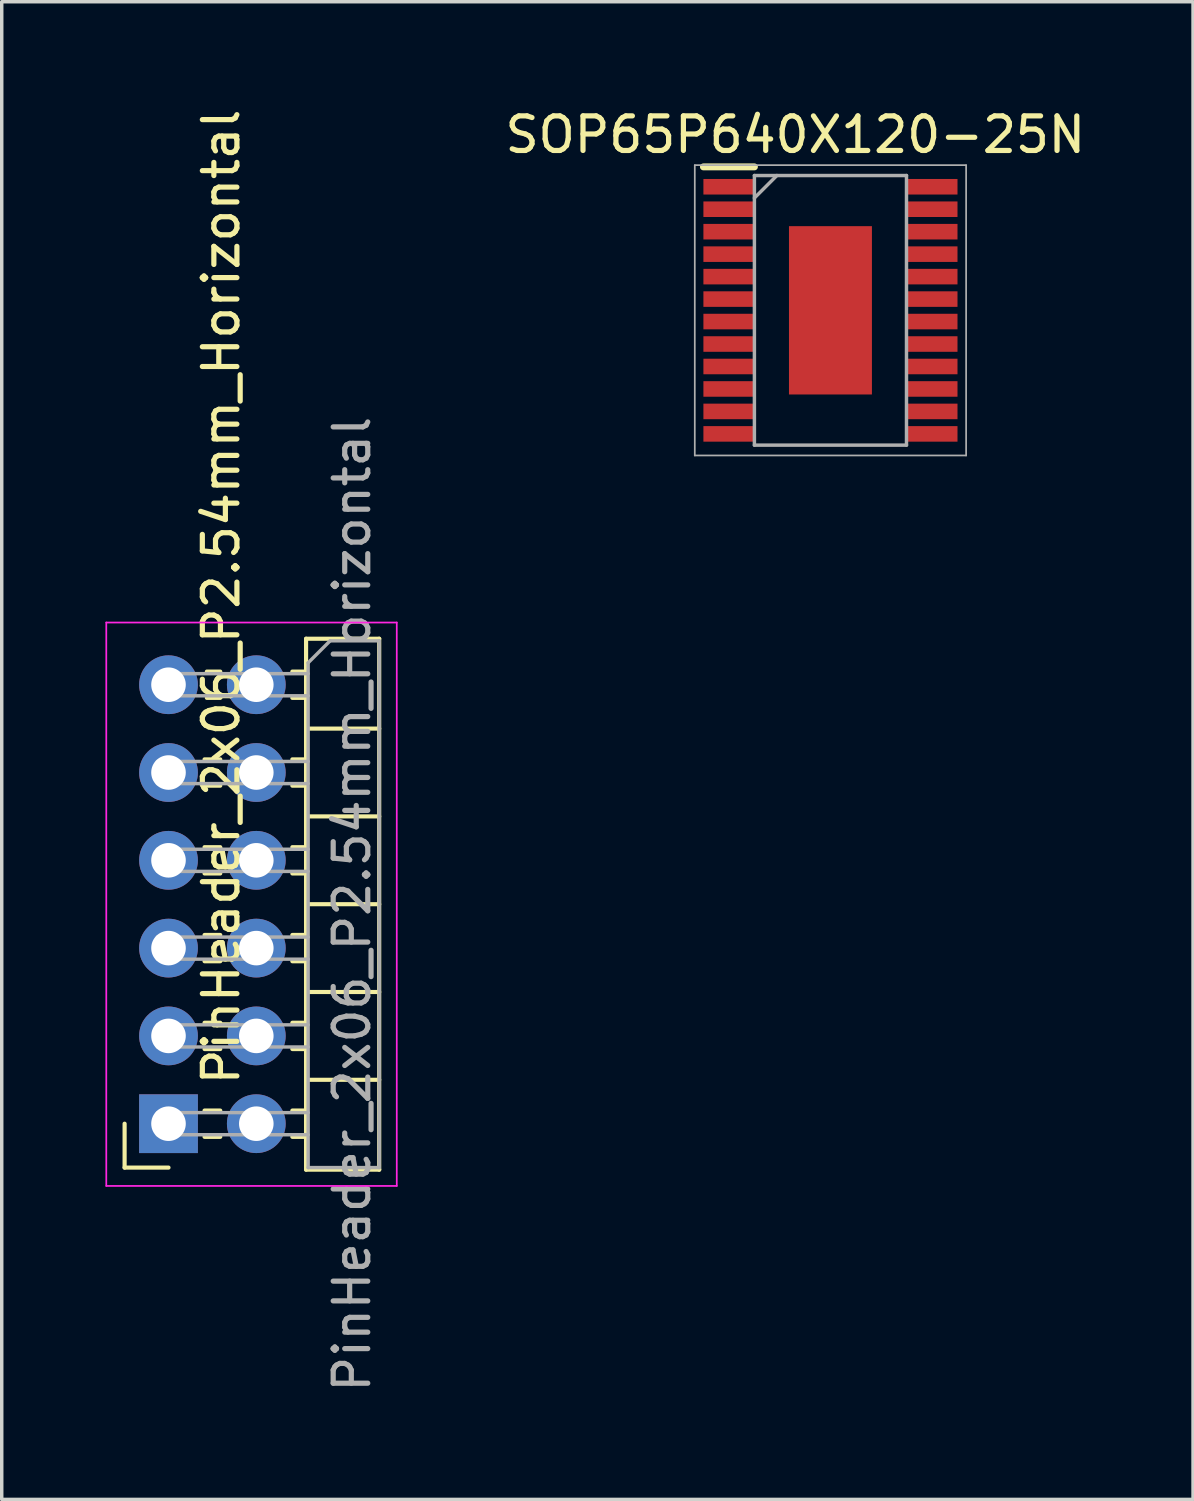
<source format=kicad_pcb>
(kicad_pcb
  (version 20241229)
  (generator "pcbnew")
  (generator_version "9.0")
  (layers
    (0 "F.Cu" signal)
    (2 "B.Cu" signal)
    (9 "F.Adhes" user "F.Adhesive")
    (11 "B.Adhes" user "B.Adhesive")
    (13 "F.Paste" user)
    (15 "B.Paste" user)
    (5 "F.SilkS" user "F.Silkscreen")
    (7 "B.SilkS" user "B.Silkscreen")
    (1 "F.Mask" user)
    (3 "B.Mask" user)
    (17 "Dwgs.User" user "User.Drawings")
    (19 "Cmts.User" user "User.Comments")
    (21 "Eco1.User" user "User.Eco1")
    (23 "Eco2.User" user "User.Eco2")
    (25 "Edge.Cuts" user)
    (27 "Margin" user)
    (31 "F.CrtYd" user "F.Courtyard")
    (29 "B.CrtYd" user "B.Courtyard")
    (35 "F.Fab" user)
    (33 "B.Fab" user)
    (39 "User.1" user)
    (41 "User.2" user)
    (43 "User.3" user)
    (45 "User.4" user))
  (footprint "SOP65P640X120-25N"
    (layer "F.Cu")
    (at 20.976 5.928)
    (property "Reference" "SOP65P640X120-25N" (at -1.016 -5.08 0) (layer "F.SilkS") (effects (font (size 1 1) (thickness 0.15))))
    (attr smd)
    (fp_line (start -3.675 -4.15) (end -2.2 -4.15) (stroke (width 0.2) (type solid)) (layer "F.SilkS"))
    (fp_line (start -3.925 -4.2) (end 3.925 -4.2) (stroke (width 0.05) (type solid)) (layer "F.Fab"))
    (fp_line (start -3.925 4.2) (end -3.925 -4.2) (stroke (width 0.05) (type solid)) (layer "F.Fab"))
    (fp_line (start -2.2 -3.9) (end 2.2 -3.9) (stroke (width 0.1) (type solid)) (layer "F.Fab"))
    (fp_line (start -2.2 -3.25) (end -1.55 -3.9) (stroke (width 0.1) (type solid)) (layer "F.Fab"))
    (fp_line (start -2.2 3.9) (end -2.2 -3.9) (stroke (width 0.1) (type solid)) (layer "F.Fab"))
    (fp_line (start 2.2 -3.9) (end 2.2 3.9) (stroke (width 0.1) (type solid)) (layer "F.Fab"))
    (fp_line (start 2.2 3.9) (end -2.2 3.9) (stroke (width 0.1) (type solid)) (layer "F.Fab"))
    (fp_line (start 3.925 -4.2) (end 3.925 4.2) (stroke (width 0.05) (type solid)) (layer "F.Fab"))
    (fp_line (start 3.925 4.2) (end -3.925 4.2) (stroke (width 0.05) (type solid)) (layer "F.Fab"))
    (pad "1" smd rect (at -2.938 -3.575) (size 1.475 0.45) (layers "F.Cu" "F.Mask" "F.Paste"))
    (pad "2" smd rect (at -2.938 -2.925) (size 1.475 0.45) (layers "F.Cu" "F.Mask" "F.Paste"))
    (pad "3" smd rect (at -2.938 -2.275) (size 1.475 0.45) (layers "F.Cu" "F.Mask" "F.Paste"))
    (pad "4" smd rect (at -2.938 -1.625) (size 1.475 0.45) (layers "F.Cu" "F.Mask" "F.Paste"))
    (pad "5" smd rect (at -2.938 -0.975) (size 1.475 0.45) (layers "F.Cu" "F.Mask" "F.Paste"))
    (pad "6" smd rect (at -2.938 -0.325) (size 1.475 0.45) (layers "F.Cu" "F.Mask" "F.Paste"))
    (pad "7" smd rect (at -2.938 0.325) (size 1.475 0.45) (layers "F.Cu" "F.Mask" "F.Paste"))
    (pad "8" smd rect (at -2.938 0.975) (size 1.475 0.45) (layers "F.Cu" "F.Mask" "F.Paste"))
    (pad "9" smd rect (at -2.938 1.625) (size 1.475 0.45) (layers "F.Cu" "F.Mask" "F.Paste"))
    (pad "10" smd rect (at -2.938 2.275) (size 1.475 0.45) (layers "F.Cu" "F.Mask" "F.Paste"))
    (pad "11" smd rect (at -2.938 2.925) (size 1.475 0.45) (layers "F.Cu" "F.Mask" "F.Paste"))
    (pad "12" smd rect (at -2.938 3.575) (size 1.475 0.45) (layers "F.Cu" "F.Mask" "F.Paste"))
    (pad "13" smd rect (at 2.938 3.575) (size 1.475 0.45) (layers "F.Cu" "F.Mask" "F.Paste"))
    (pad "14" smd rect (at 2.938 2.925) (size 1.475 0.45) (layers "F.Cu" "F.Mask" "F.Paste"))
    (pad "15" smd rect (at 2.938 2.275) (size 1.475 0.45) (layers "F.Cu" "F.Mask" "F.Paste"))
    (pad "16" smd rect (at 2.938 1.625) (size 1.475 0.45) (layers "F.Cu" "F.Mask" "F.Paste"))
    (pad "17" smd rect (at 2.938 0.975) (size 1.475 0.45) (layers "F.Cu" "F.Mask" "F.Paste"))
    (pad "18" smd rect (at 2.938 0.325) (size 1.475 0.45) (layers "F.Cu" "F.Mask" "F.Paste"))
    (pad "19" smd rect (at 2.938 -0.325) (size 1.475 0.45) (layers "F.Cu" "F.Mask" "F.Paste"))
    (pad "20" smd rect (at 2.938 -0.975) (size 1.475 0.45) (layers "F.Cu" "F.Mask" "F.Paste"))
    (pad "21" smd rect (at 2.938 -1.625) (size 1.475 0.45) (layers "F.Cu" "F.Mask" "F.Paste"))
    (pad "22" smd rect (at 2.938 -2.275) (size 1.475 0.45) (layers "F.Cu" "F.Mask" "F.Paste"))
    (pad "23" smd rect (at 2.938 -2.925) (size 1.475 0.45) (layers "F.Cu" "F.Mask" "F.Paste"))
    (pad "24" smd rect (at 2.938 -3.575) (size 1.475 0.45) (layers "F.Cu" "F.Mask" "F.Paste"))
    (pad "25" smd rect (at 0 0 90) (size 4.87 2.4) (layers "F.Cu" "F.Mask" "F.Paste")))
  (footprint "PinHeader_2x06_P2.54mm_Horizontal"
    (layer "F.Cu")
    (at 1.825 29.46)
    (property "Reference" "PinHeader_2x06_P2.54mm_Horizontal" (at 1.524 -15.24 270) (layer "F.SilkS") (effects (font (size 1 1) (thickness 0.15))))
    (attr through_hole)
    (fp_line (start -1.27 1.27) (end -1.27 0) (stroke (width 0.12) (type solid)) (layer "F.SilkS"))
    (fp_line (start -1.27 1.27) (end 0 1.27) (stroke (width 0.12) (type solid)) (layer "F.SilkS"))
    (fp_line (start 1.043 -10.54) (end 1.497 -10.54) (stroke (width 0.12) (type solid)) (layer "F.SilkS"))
    (fp_line (start 1.043 -9.78) (end 1.497 -9.78) (stroke (width 0.12) (type solid)) (layer "F.SilkS"))
    (fp_line (start 1.043 -8) (end 1.497 -8) (stroke (width 0.12) (type solid)) (layer "F.SilkS"))
    (fp_line (start 1.043 -7.24) (end 1.497 -7.24) (stroke (width 0.12) (type solid)) (layer "F.SilkS"))
    (fp_line (start 1.043 -5.46) (end 1.497 -5.46) (stroke (width 0.12) (type solid)) (layer "F.SilkS"))
    (fp_line (start 1.043 -4.7) (end 1.497 -4.7) (stroke (width 0.12) (type solid)) (layer "F.SilkS"))
    (fp_line (start 1.043 -2.92) (end 1.497 -2.92) (stroke (width 0.12) (type solid)) (layer "F.SilkS"))
    (fp_line (start 1.043 -2.16) (end 1.497 -2.16) (stroke (width 0.12) (type solid)) (layer "F.SilkS"))
    (fp_line (start 1.043 -0.38) (end 1.497 -0.38) (stroke (width 0.12) (type solid)) (layer "F.SilkS"))
    (fp_line (start 1.043 0.38) (end 1.497 0.38) (stroke (width 0.12) (type solid)) (layer "F.SilkS"))
    (fp_line (start 1.11 -13.08) (end 1.497 -13.08) (stroke (width 0.12) (type solid)) (layer "F.SilkS"))
    (fp_line (start 1.11 -12.32) (end 1.497 -12.32) (stroke (width 0.12) (type solid)) (layer "F.SilkS"))
    (fp_line (start 3.583 -13.08) (end 3.98 -13.08) (stroke (width 0.12) (type solid)) (layer "F.SilkS"))
    (fp_line (start 3.583 -12.32) (end 3.98 -12.32) (stroke (width 0.12) (type solid)) (layer "F.SilkS"))
    (fp_line (start 3.583 -10.54) (end 3.98 -10.54) (stroke (width 0.12) (type solid)) (layer "F.SilkS"))
    (fp_line (start 3.583 -9.78) (end 3.98 -9.78) (stroke (width 0.12) (type solid)) (layer "F.SilkS"))
    (fp_line (start 3.583 -8) (end 3.98 -8) (stroke (width 0.12) (type solid)) (layer "F.SilkS"))
    (fp_line (start 3.583 -7.24) (end 3.98 -7.24) (stroke (width 0.12) (type solid)) (layer "F.SilkS"))
    (fp_line (start 3.583 -5.46) (end 3.98 -5.46) (stroke (width 0.12) (type solid)) (layer "F.SilkS"))
    (fp_line (start 3.583 -4.7) (end 3.98 -4.7) (stroke (width 0.12) (type solid)) (layer "F.SilkS"))
    (fp_line (start 3.583 -2.92) (end 3.98 -2.92) (stroke (width 0.12) (type solid)) (layer "F.SilkS"))
    (fp_line (start 3.583 -2.16) (end 3.98 -2.16) (stroke (width 0.12) (type solid)) (layer "F.SilkS"))
    (fp_line (start 3.583 -0.38) (end 3.98 -0.38) (stroke (width 0.12) (type solid)) (layer "F.SilkS"))
    (fp_line (start 3.583 0.38) (end 3.98 0.38) (stroke (width 0.12) (type solid)) (layer "F.SilkS"))
    (fp_line (start 3.98 -14.03) (end 3.98 1.33) (stroke (width 0.12) (type solid)) (layer "F.SilkS"))
    (fp_line (start 3.98 -11.43) (end 6.096 -11.43) (stroke (width 0.12) (type solid)) (layer "F.SilkS"))
    (fp_line (start 3.98 -8.89) (end 6.096 -8.89) (stroke (width 0.12) (type solid)) (layer "F.SilkS"))
    (fp_line (start 3.98 -6.35) (end 6.096 -6.35) (stroke (width 0.12) (type solid)) (layer "F.SilkS"))
    (fp_line (start 3.98 -3.81) (end 6.096 -3.81) (stroke (width 0.12) (type solid)) (layer "F.SilkS"))
    (fp_line (start 3.98 -1.27) (end 6.096 -1.27) (stroke (width 0.12) (type solid)) (layer "F.SilkS"))
    (fp_line (start 3.98 1.33) (end 6.096 1.33) (stroke (width 0.12) (type solid)) (layer "F.SilkS"))
    (fp_line (start 6.096 -14.03) (end 3.98 -14.03) (stroke (width 0.12) (type solid)) (layer "F.SilkS"))
    (fp_line (start 6.096 1.33) (end 6.096 -14.03) (stroke (width 0.12) (type solid)) (layer "F.SilkS"))
    (fp_line (start -1.8 -14.5) (end -1.8 1.8) (stroke (width 0.05) (type solid)) (layer "F.CrtYd"))
    (fp_line (start -1.8 1.8) (end 6.604 1.8) (stroke (width 0.05) (type solid)) (layer "F.CrtYd"))
    (fp_line (start 6.604 -14.5) (end -1.8 -14.5) (stroke (width 0.05) (type solid)) (layer "F.CrtYd"))
    (fp_line (start 6.604 1.8) (end 6.604 -14.5) (stroke (width 0.05) (type solid)) (layer "F.CrtYd"))
    (fp_line (start -0.32 -13.02) (end -0.32 -12.38) (stroke (width 0.1) (type solid)) (layer "F.Fab"))
    (fp_line (start -0.32 -13.02) (end 4.04 -13.02) (stroke (width 0.1) (type solid)) (layer "F.Fab"))
    (fp_line (start -0.32 -12.38) (end 4.04 -12.38) (stroke (width 0.1) (type solid)) (layer "F.Fab"))
    (fp_line (start -0.32 -10.48) (end -0.32 -9.84) (stroke (width 0.1) (type solid)) (layer "F.Fab"))
    (fp_line (start -0.32 -10.48) (end 4.04 -10.48) (stroke (width 0.1) (type solid)) (layer "F.Fab"))
    (fp_line (start -0.32 -9.84) (end 4.04 -9.84) (stroke (width 0.1) (type solid)) (layer "F.Fab"))
    (fp_line (start -0.32 -7.94) (end -0.32 -7.3) (stroke (width 0.1) (type solid)) (layer "F.Fab"))
    (fp_line (start -0.32 -7.94) (end 4.04 -7.94) (stroke (width 0.1) (type solid)) (layer "F.Fab"))
    (fp_line (start -0.32 -7.3) (end 4.04 -7.3) (stroke (width 0.1) (type solid)) (layer "F.Fab"))
    (fp_line (start -0.32 -5.4) (end -0.32 -4.76) (stroke (width 0.1) (type solid)) (layer "F.Fab"))
    (fp_line (start -0.32 -5.4) (end 4.04 -5.4) (stroke (width 0.1) (type solid)) (layer "F.Fab"))
    (fp_line (start -0.32 -4.76) (end 4.04 -4.76) (stroke (width 0.1) (type solid)) (layer "F.Fab"))
    (fp_line (start -0.32 -2.86) (end -0.32 -2.22) (stroke (width 0.1) (type solid)) (layer "F.Fab"))
    (fp_line (start -0.32 -2.86) (end 4.04 -2.86) (stroke (width 0.1) (type solid)) (layer "F.Fab"))
    (fp_line (start -0.32 -2.22) (end 4.04 -2.22) (stroke (width 0.1) (type solid)) (layer "F.Fab"))
    (fp_line (start -0.32 -0.32) (end -0.32 0.32) (stroke (width 0.1) (type solid)) (layer "F.Fab"))
    (fp_line (start -0.32 -0.32) (end 4.04 -0.32) (stroke (width 0.1) (type solid)) (layer "F.Fab"))
    (fp_line (start -0.32 0.32) (end 4.04 0.32) (stroke (width 0.1) (type solid)) (layer "F.Fab"))
    (fp_line (start 4.04 -13.335) (end 4.675 -13.97) (stroke (width 0.1) (type solid)) (layer "F.Fab"))
    (fp_line (start 4.04 1.27) (end 4.04 -13.335) (stroke (width 0.1) (type solid)) (layer "F.Fab"))
    (fp_line (start 4.675 -13.97) (end 6.096 -13.97) (stroke (width 0.1) (type solid)) (layer "F.Fab"))
    (fp_line (start 6.096 -13.97) (end 6.096 1.27) (stroke (width 0.1) (type solid)) (layer "F.Fab"))
    (fp_line (start 6.096 1.27) (end 4.04 1.27) (stroke (width 0.1) (type solid)) (layer "F.Fab"))
    (fp_text user "${REFERENCE}" (at 5.31 -6.35 270) (layer "F.Fab") (effects (font (size 1 1) (thickness 0.15))))
    (pad "1" thru_hole rect (at 0 0) (size 1.7 1.7) (drill 1) (layers "*.Cu" "*.Mask"))
    (pad "2" thru_hole oval (at 2.54 0) (size 1.7 1.7) (drill 1) (layers "*.Cu" "*.Mask"))
    (pad "3" thru_hole oval (at 0 -2.54) (size 1.7 1.7) (drill 1) (layers "*.Cu" "*.Mask"))
    (pad "4" thru_hole oval (at 2.54 -2.54) (size 1.7 1.7) (drill 1) (layers "*.Cu" "*.Mask"))
    (pad "5" thru_hole oval (at 0 -5.08) (size 1.7 1.7) (drill 1) (layers "*.Cu" "*.Mask"))
    (pad "6" thru_hole oval (at 2.54 -5.08) (size 1.7 1.7) (drill 1) (layers "*.Cu" "*.Mask"))
    (pad "7" thru_hole oval (at 0 -7.62) (size 1.7 1.7) (drill 1) (layers "*.Cu" "*.Mask"))
    (pad "8" thru_hole oval (at 2.54 -7.62) (size 1.7 1.7) (drill 1) (layers "*.Cu" "*.Mask"))
    (pad "9" thru_hole oval (at 0 -10.16) (size 1.7 1.7) (drill 1) (layers "*.Cu" "*.Mask"))
    (pad "10" thru_hole oval (at 2.54 -10.16) (size 1.7 1.7) (drill 1) (layers "*.Cu" "*.Mask"))
    (pad "11" thru_hole oval (at 0 -12.7) (size 1.7 1.7) (drill 1) (layers "*.Cu" "*.Mask"))
    (pad "12" thru_hole oval (at 2.54 -12.7) (size 1.7 1.7) (drill 1) (layers "*.Cu" "*.Mask")))
  (gr_rect
    (start -3 -3)
    (end 31.466 40.33)
    (stroke (width 0.1) (type default))
    (fill no)
    (layer "Edge.Cuts")))
</source>
